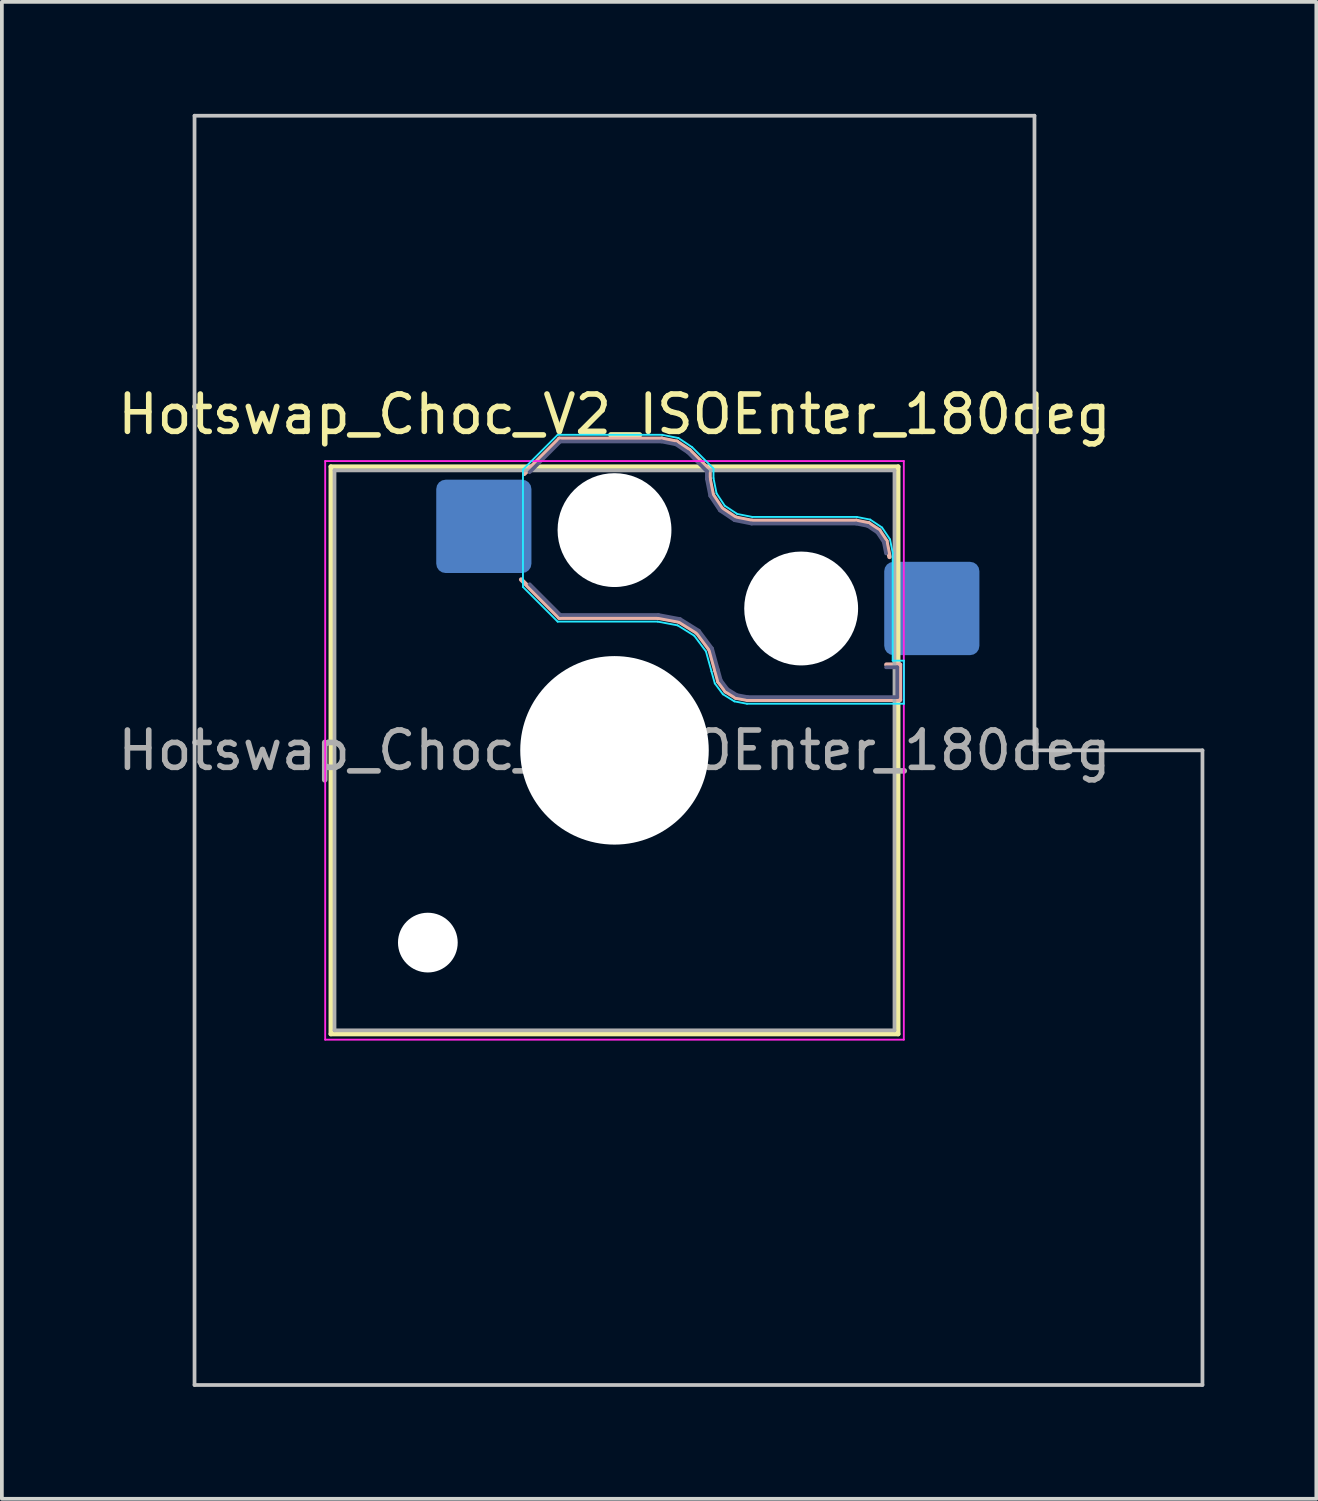
<source format=kicad_pcb>
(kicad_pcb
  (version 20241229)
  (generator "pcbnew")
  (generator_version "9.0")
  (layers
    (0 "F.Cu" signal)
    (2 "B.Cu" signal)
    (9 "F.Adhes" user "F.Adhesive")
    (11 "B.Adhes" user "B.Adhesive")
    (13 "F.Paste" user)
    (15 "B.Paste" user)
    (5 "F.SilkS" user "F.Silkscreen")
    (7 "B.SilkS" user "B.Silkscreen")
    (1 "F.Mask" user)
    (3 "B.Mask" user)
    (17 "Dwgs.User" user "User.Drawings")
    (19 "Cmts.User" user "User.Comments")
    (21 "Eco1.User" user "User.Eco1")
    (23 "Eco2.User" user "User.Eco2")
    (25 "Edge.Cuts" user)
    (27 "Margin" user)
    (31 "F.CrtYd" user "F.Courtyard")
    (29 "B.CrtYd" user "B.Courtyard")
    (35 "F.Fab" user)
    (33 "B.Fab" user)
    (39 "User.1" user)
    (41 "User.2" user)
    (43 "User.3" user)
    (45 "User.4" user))
  (footprint "Hotswap_Choc_V2_ISOEnter_180deg"
    (layer "F.Cu")
    (at 13.411 17.05)
    (property "Reference" "Hotswap_Choc_V2_ISOEnter_180deg" (at 0 -9 0) (layer "F.SilkS") (effects (font (size 1 1) (thickness 0.15))))
    (attr smd)
    (fp_line (start -7.6 -7.6) (end -7.6 7.6) (stroke (width 0.12) (type solid)) (layer "F.SilkS"))
    (fp_line (start -7.6 7.6) (end 7.6 7.6) (stroke (width 0.12) (type solid)) (layer "F.SilkS"))
    (fp_line (start 7.6 -7.6) (end -7.6 -7.6) (stroke (width 0.12) (type solid)) (layer "F.SilkS"))
    (fp_line (start 7.6 7.6) (end 7.6 -7.6) (stroke (width 0.12) (type solid)) (layer "F.SilkS"))
    (fp_line (start -2.416 -7.409) (end -1.479 -8.346) (stroke (width 0.12) (type solid)) (layer "B.SilkS"))
    (fp_line (start -1.479 -8.346) (end 1.268 -8.346) (stroke (width 0.12) (type solid)) (layer "B.SilkS"))
    (fp_line (start -1.479 -3.554) (end -2.5 -4.575) (stroke (width 0.12) (type solid)) (layer "B.SilkS"))
    (fp_line (start 1.168 -3.554) (end -1.479 -3.554) (stroke (width 0.12) (type solid)) (layer "B.SilkS"))
    (fp_line (start 1.268 -8.346) (end 1.671 -8.266) (stroke (width 0.12) (type solid)) (layer "B.SilkS"))
    (fp_line (start 1.671 -8.266) (end 2.013 -8.037) (stroke (width 0.12) (type solid)) (layer "B.SilkS"))
    (fp_line (start 1.73 -3.449) (end 1.168 -3.554) (stroke (width 0.12) (type solid)) (layer "B.SilkS"))
    (fp_line (start 2.013 -8.037) (end 2.546 -7.504) (stroke (width 0.12) (type solid)) (layer "B.SilkS"))
    (fp_line (start 2.209 -3.15) (end 1.73 -3.449) (stroke (width 0.12) (type solid)) (layer "B.SilkS"))
    (fp_line (start 2.546 -7.504) (end 2.546 -7.282) (stroke (width 0.12) (type solid)) (layer "B.SilkS"))
    (fp_line (start 2.546 -7.282) (end 2.633 -6.844) (stroke (width 0.12) (type solid)) (layer "B.SilkS"))
    (fp_line (start 2.547 -2.697) (end 2.209 -3.15) (stroke (width 0.12) (type solid)) (layer "B.SilkS"))
    (fp_line (start 2.633 -6.844) (end 2.877 -6.477) (stroke (width 0.12) (type solid)) (layer "B.SilkS"))
    (fp_line (start 2.701 -2.139) (end 2.547 -2.697) (stroke (width 0.12) (type solid)) (layer "B.SilkS"))
    (fp_line (start 2.783 -1.841) (end 2.701 -2.139) (stroke (width 0.12) (type solid)) (layer "B.SilkS"))
    (fp_line (start 2.877 -6.477) (end 3.244 -6.233) (stroke (width 0.12) (type solid)) (layer "B.SilkS"))
    (fp_line (start 2.976 -1.583) (end 2.783 -1.841) (stroke (width 0.12) (type solid)) (layer "B.SilkS"))
    (fp_line (start 3.244 -6.233) (end 3.682 -6.146) (stroke (width 0.12) (type solid)) (layer "B.SilkS"))
    (fp_line (start 3.25 -1.413) (end 2.976 -1.583) (stroke (width 0.12) (type solid)) (layer "B.SilkS"))
    (fp_line (start 3.56 -1.354) (end 3.25 -1.413) (stroke (width 0.12) (type solid)) (layer "B.SilkS"))
    (fp_line (start 3.682 -6.146) (end 6.482 -6.146) (stroke (width 0.12) (type solid)) (layer "B.SilkS"))
    (fp_line (start 6.482 -6.146) (end 6.809 -6.081) (stroke (width 0.12) (type solid)) (layer "B.SilkS"))
    (fp_line (start 6.809 -6.081) (end 7.092 -5.892) (stroke (width 0.12) (type solid)) (layer "B.SilkS"))
    (fp_line (start 7.092 -5.892) (end 7.281 -5.609) (stroke (width 0.12) (type solid)) (layer "B.SilkS"))
    (fp_line (start 7.281 -5.609) (end 7.366 -5.182) (stroke (width 0.12) (type solid)) (layer "B.SilkS"))
    (fp_line (start 7.283 -2.296) (end 7.646 -2.296) (stroke (width 0.12) (type solid)) (layer "B.SilkS"))
    (fp_line (start 7.646 -2.296) (end 7.646 -1.354) (stroke (width 0.12) (type solid)) (layer "B.SilkS"))
    (fp_line (start 7.646 -1.354) (end 3.56 -1.354) (stroke (width 0.12) (type solid)) (layer "B.SilkS"))
    (fp_line (start -11.25 -17) (end -11.25 17) (stroke (width 0.1) (type solid)) (layer "Dwgs.User"))
    (fp_line (start -11.25 17) (end 15.75 17) (stroke (width 0.1) (type solid)) (layer "Dwgs.User"))
    (fp_line (start 11.25 -17) (end -11.25 -17) (stroke (width 0.1) (type solid)) (layer "Dwgs.User"))
    (fp_line (start 11.25 0) (end 11.25 -17) (stroke (width 0.1) (type solid)) (layer "Dwgs.User"))
    (fp_line (start 15.75 0) (end 11.25 0) (stroke (width 0.1) (type solid)) (layer "Dwgs.User"))
    (fp_line (start 15.75 17) (end 15.75 0) (stroke (width 0.1) (type solid)) (layer "Dwgs.User"))
    (fp_line (start -7.25 -7.25) (end -7.25 7.25) (stroke (width 0.1) (type solid)) (layer "Eco1.User"))
    (fp_line (start -7.25 7.25) (end 7.25 7.25) (stroke (width 0.1) (type solid)) (layer "Eco1.User"))
    (fp_line (start 7.25 -7.25) (end -7.25 -7.25) (stroke (width 0.1) (type solid)) (layer "Eco1.User"))
    (fp_line (start 7.25 7.25) (end 7.25 -7.25) (stroke (width 0.1) (type solid)) (layer "Eco1.User"))
    (fp_line (start -2.452 -7.523) (end -1.523 -8.452) (stroke (width 0.05) (type solid)) (layer "B.CrtYd"))
    (fp_line (start -2.452 -4.377) (end -2.452 -7.523) (stroke (width 0.05) (type solid)) (layer "B.CrtYd"))
    (fp_line (start -1.523 -8.452) (end 1.278 -8.452) (stroke (width 0.05) (type solid)) (layer "B.CrtYd"))
    (fp_line (start -1.523 -3.448) (end -2.452 -4.377) (stroke (width 0.05) (type solid)) (layer "B.CrtYd"))
    (fp_line (start 1.159 -3.448) (end -1.523 -3.448) (stroke (width 0.05) (type solid)) (layer "B.CrtYd"))
    (fp_line (start 1.278 -8.452) (end 1.712 -8.366) (stroke (width 0.05) (type solid)) (layer "B.CrtYd"))
    (fp_line (start 1.691 -3.348) (end 1.159 -3.448) (stroke (width 0.05) (type solid)) (layer "B.CrtYd"))
    (fp_line (start 1.712 -8.366) (end 2.081 -8.119) (stroke (width 0.05) (type solid)) (layer "B.CrtYd"))
    (fp_line (start 2.081 -8.119) (end 2.652 -7.548) (stroke (width 0.05) (type solid)) (layer "B.CrtYd"))
    (fp_line (start 2.136 -3.071) (end 1.691 -3.348) (stroke (width 0.05) (type solid)) (layer "B.CrtYd"))
    (fp_line (start 2.45 -2.65) (end 2.136 -3.071) (stroke (width 0.05) (type solid)) (layer "B.CrtYd"))
    (fp_line (start 2.599 -2.111) (end 2.45 -2.65) (stroke (width 0.05) (type solid)) (layer "B.CrtYd"))
    (fp_line (start 2.652 -7.548) (end 2.652 -7.292) (stroke (width 0.05) (type solid)) (layer "B.CrtYd"))
    (fp_line (start 2.652 -7.292) (end 2.733 -6.885) (stroke (width 0.05) (type solid)) (layer "B.CrtYd"))
    (fp_line (start 2.687 -1.794) (end 2.599 -2.111) (stroke (width 0.05) (type solid)) (layer "B.CrtYd"))
    (fp_line (start 2.733 -6.885) (end 2.953 -6.553) (stroke (width 0.05) (type solid)) (layer "B.CrtYd"))
    (fp_line (start 2.903 -1.503) (end 2.687 -1.794) (stroke (width 0.05) (type solid)) (layer "B.CrtYd"))
    (fp_line (start 2.953 -6.553) (end 3.285 -6.333) (stroke (width 0.05) (type solid)) (layer "B.CrtYd"))
    (fp_line (start 3.211 -1.312) (end 2.903 -1.503) (stroke (width 0.05) (type solid)) (layer "B.CrtYd"))
    (fp_line (start 3.285 -6.333) (end 3.692 -6.252) (stroke (width 0.05) (type solid)) (layer "B.CrtYd"))
    (fp_line (start 3.55 -1.248) (end 3.211 -1.312) (stroke (width 0.05) (type solid)) (layer "B.CrtYd"))
    (fp_line (start 3.692 -6.252) (end 6.492 -6.252) (stroke (width 0.05) (type solid)) (layer "B.CrtYd"))
    (fp_line (start 6.492 -6.252) (end 6.85 -6.181) (stroke (width 0.05) (type solid)) (layer "B.CrtYd"))
    (fp_line (start 6.85 -6.181) (end 7.168 -5.968) (stroke (width 0.05) (type solid)) (layer "B.CrtYd"))
    (fp_line (start 7.168 -5.968) (end 7.381 -5.65) (stroke (width 0.05) (type solid)) (layer "B.CrtYd"))
    (fp_line (start 7.381 -5.65) (end 7.452 -5.292) (stroke (width 0.05) (type solid)) (layer "B.CrtYd"))
    (fp_line (start 7.452 -5.292) (end 7.452 -2.402) (stroke (width 0.05) (type solid)) (layer "B.CrtYd"))
    (fp_line (start 7.452 -2.402) (end 7.752 -2.402) (stroke (width 0.05) (type solid)) (layer "B.CrtYd"))
    (fp_line (start 7.752 -2.402) (end 7.752 -1.248) (stroke (width 0.05) (type solid)) (layer "B.CrtYd"))
    (fp_line (start 7.752 -1.248) (end 3.55 -1.248) (stroke (width 0.05) (type solid)) (layer "B.CrtYd"))
    (fp_line (start -7.75 -7.75) (end -7.75 7.75) (stroke (width 0.05) (type solid)) (layer "F.CrtYd"))
    (fp_line (start -7.75 7.75) (end 7.75 7.75) (stroke (width 0.05) (type solid)) (layer "F.CrtYd"))
    (fp_line (start 7.75 -7.75) (end -7.75 -7.75) (stroke (width 0.05) (type solid)) (layer "F.CrtYd"))
    (fp_line (start 7.75 7.75) (end 7.75 -7.75) (stroke (width 0.05) (type solid)) (layer "F.CrtYd"))
    (fp_line (start -2.275 -7.45) (end -1.45 -8.275) (stroke (width 0.1) (type solid)) (layer "B.Fab"))
    (fp_line (start -1.45 -8.275) (end 1.261 -8.275) (stroke (width 0.1) (type solid)) (layer "B.Fab"))
    (fp_line (start -1.45 -3.625) (end -2.275 -4.45) (stroke (width 0.1) (type solid)) (layer "B.Fab"))
    (fp_line (start 1.175 -3.625) (end -1.45 -3.625) (stroke (width 0.1) (type solid)) (layer "B.Fab"))
    (fp_line (start 1.261 -8.275) (end 1.643 -8.199) (stroke (width 0.1) (type solid)) (layer "B.Fab"))
    (fp_line (start 1.643 -8.199) (end 1.968 -7.982) (stroke (width 0.1) (type solid)) (layer "B.Fab"))
    (fp_line (start 1.756 -3.516) (end 1.175 -3.625) (stroke (width 0.1) (type solid)) (layer "B.Fab"))
    (fp_line (start 1.968 -7.982) (end 2.475 -7.475) (stroke (width 0.1) (type solid)) (layer "B.Fab"))
    (fp_line (start 2.258 -3.203) (end 1.756 -3.516) (stroke (width 0.1) (type solid)) (layer "B.Fab"))
    (fp_line (start 2.475 -7.475) (end 2.475 -7.275) (stroke (width 0.1) (type solid)) (layer "B.Fab"))
    (fp_line (start 2.475 -7.275) (end 2.566 -6.816) (stroke (width 0.1) (type solid)) (layer "B.Fab"))
    (fp_line (start 2.566 -6.816) (end 2.826 -6.426) (stroke (width 0.1) (type solid)) (layer "B.Fab"))
    (fp_line (start 2.612 -2.729) (end 2.258 -3.203) (stroke (width 0.1) (type solid)) (layer "B.Fab"))
    (fp_line (start 2.769 -2.158) (end 2.612 -2.729) (stroke (width 0.1) (type solid)) (layer "B.Fab"))
    (fp_line (start 2.826 -6.426) (end 3.216 -6.166) (stroke (width 0.1) (type solid)) (layer "B.Fab"))
    (fp_line (start 2.848 -1.873) (end 2.769 -2.158) (stroke (width 0.1) (type solid)) (layer "B.Fab"))
    (fp_line (start 3.025 -1.636) (end 2.848 -1.873) (stroke (width 0.1) (type solid)) (layer "B.Fab"))
    (fp_line (start 3.216 -6.166) (end 3.675 -6.075) (stroke (width 0.1) (type solid)) (layer "B.Fab"))
    (fp_line (start 3.276 -1.48) (end 3.025 -1.636) (stroke (width 0.1) (type solid)) (layer "B.Fab"))
    (fp_line (start 3.567 -1.425) (end 3.276 -1.48) (stroke (width 0.1) (type solid)) (layer "B.Fab"))
    (fp_line (start 3.675 -6.075) (end 6.475 -6.075) (stroke (width 0.1) (type solid)) (layer "B.Fab"))
    (fp_line (start 6.475 -6.075) (end 6.781 -6.014) (stroke (width 0.1) (type solid)) (layer "B.Fab"))
    (fp_line (start 6.781 -6.014) (end 7.041 -5.841) (stroke (width 0.1) (type solid)) (layer "B.Fab"))
    (fp_line (start 7.041 -5.841) (end 7.214 -5.581) (stroke (width 0.1) (type solid)) (layer "B.Fab"))
    (fp_line (start 7.214 -5.581) (end 7.275 -5.275) (stroke (width 0.1) (type solid)) (layer "B.Fab"))
    (fp_line (start 7.275 -2.225) (end 7.575 -2.225) (stroke (width 0.1) (type solid)) (layer "B.Fab"))
    (fp_line (start 7.575 -2.225) (end 7.575 -1.425) (stroke (width 0.1) (type solid)) (layer "B.Fab"))
    (fp_line (start 7.575 -1.425) (end 3.567 -1.425) (stroke (width 0.1) (type solid)) (layer "B.Fab"))
    (fp_line (start -7.5 -7.5) (end -7.5 7.5) (stroke (width 0.1) (type solid)) (layer "F.Fab"))
    (fp_line (start -7.5 7.5) (end 7.5 7.5) (stroke (width 0.1) (type solid)) (layer "F.Fab"))
    (fp_line (start 7.5 -7.5) (end -7.5 -7.5) (stroke (width 0.1) (type solid)) (layer "F.Fab"))
    (fp_line (start 7.5 7.5) (end 7.5 -7.5) (stroke (width 0.1) (type solid)) (layer "F.Fab"))
    (fp_text user "${REFERENCE}" (at 0 0 0) (layer "F.Fab") (effects (font (size 1 1) (thickness 0.15))))
    (pad "" np_thru_hole circle (at -5 5.15) (size 1.6 1.6) (drill 1.6) (layers "*.Cu" "*.Mask"))
    (pad "" np_thru_hole circle (at 0 -5.9) (size 3.05 3.05) (drill 3.05) (layers "*.Cu" "*.Mask"))
    (pad "" np_thru_hole circle (at 0 0) (size 5.05 5.05) (drill 5.05) (layers "*.Cu" "*.Mask"))
    (pad "" np_thru_hole circle (at 5 -3.8) (size 3.05 3.05) (drill 3.05) (layers "*.Cu" "*.Mask"))
    (pad "1" smd roundrect (at -3.5 -6) (size 2.55 2.5) (layers "B.Cu" "B.Mask" "B.Paste") (roundrect_rratio 0.1))
    (pad "2" smd roundrect (at 8.5 -3.8) (size 2.55 2.5) (layers "B.Cu" "B.Mask" "B.Paste") (roundrect_rratio 0.1)))
  (gr_rect
    (start -3 -3)
    (end 32.211 37.1)
    (stroke (width 0.1) (type default))
    (fill no)
    (layer "Edge.Cuts")))
</source>
